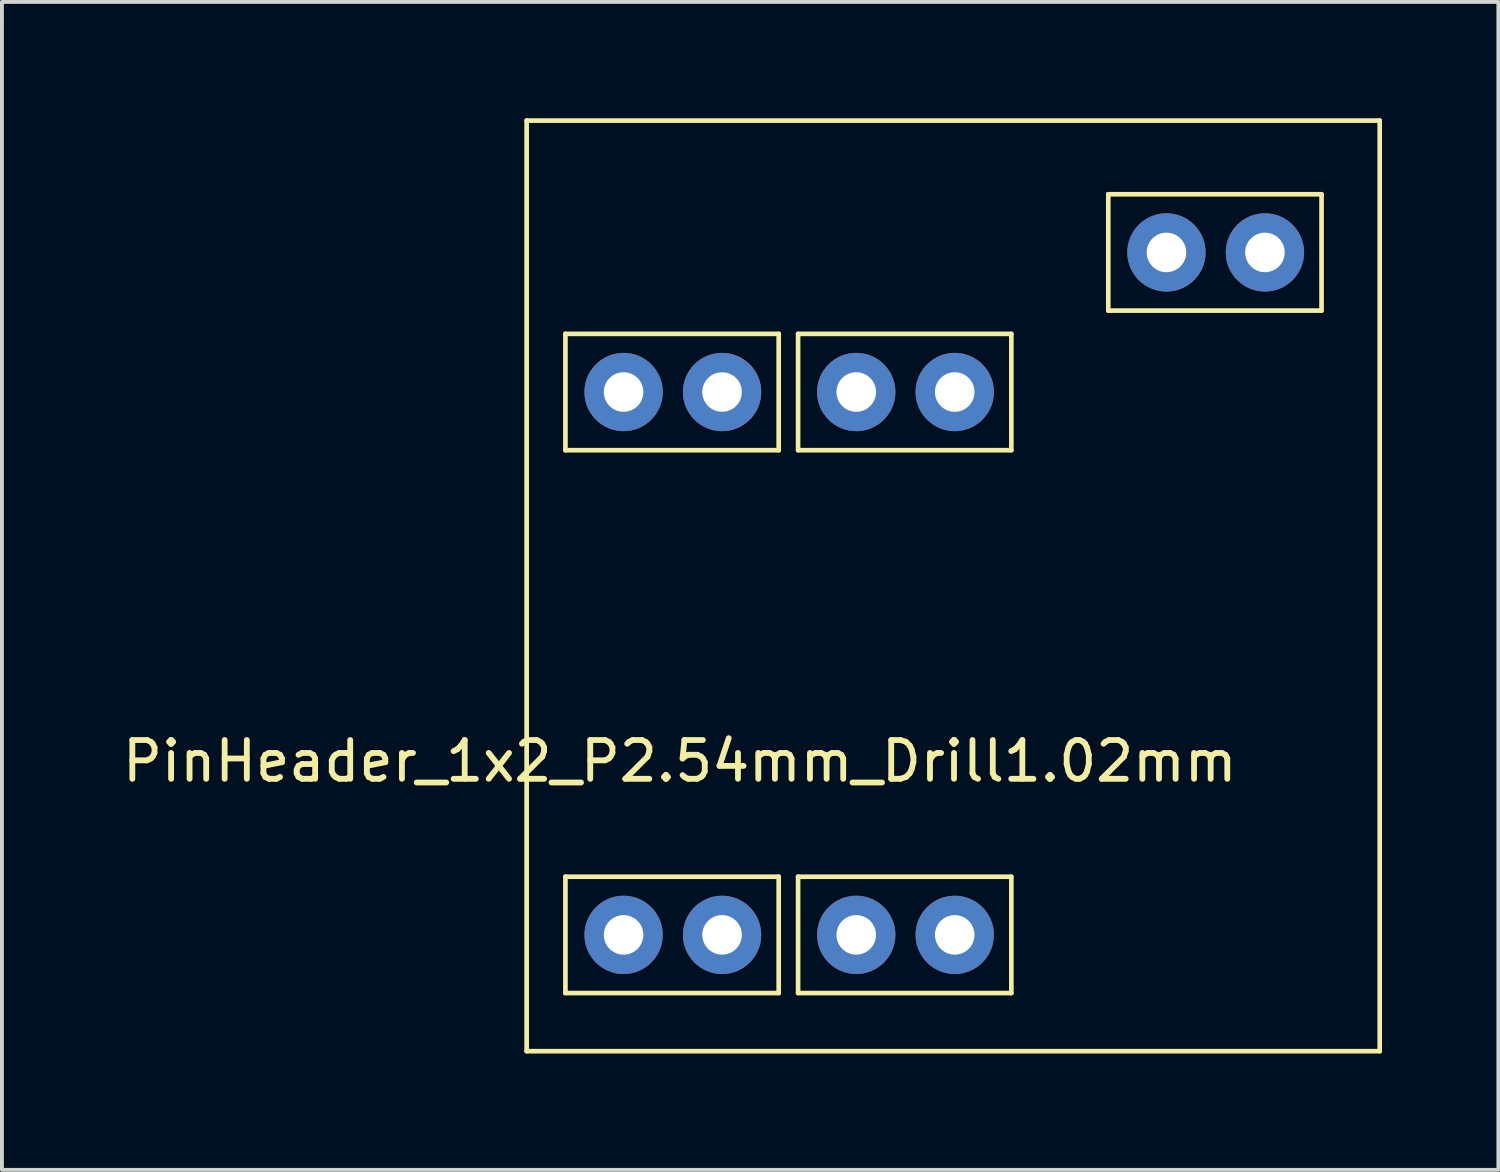
<source format=kicad_pcb>
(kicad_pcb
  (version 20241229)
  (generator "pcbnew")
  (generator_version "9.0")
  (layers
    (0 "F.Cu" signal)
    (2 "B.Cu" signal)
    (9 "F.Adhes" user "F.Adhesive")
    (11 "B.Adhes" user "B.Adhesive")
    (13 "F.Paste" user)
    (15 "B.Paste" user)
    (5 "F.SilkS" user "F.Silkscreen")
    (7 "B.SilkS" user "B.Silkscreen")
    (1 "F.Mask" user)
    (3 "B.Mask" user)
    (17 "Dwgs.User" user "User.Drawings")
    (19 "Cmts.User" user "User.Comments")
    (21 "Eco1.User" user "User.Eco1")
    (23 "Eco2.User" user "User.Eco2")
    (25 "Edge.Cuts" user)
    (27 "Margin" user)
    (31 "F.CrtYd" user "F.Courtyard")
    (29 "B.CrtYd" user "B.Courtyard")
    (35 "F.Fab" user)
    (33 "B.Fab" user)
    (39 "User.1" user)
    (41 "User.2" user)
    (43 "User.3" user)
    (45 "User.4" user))
  (footprint "PinHeader_1x2_P2.54mm_Drill1.02mm"
    (layer "F.Cu")
    (at 21.532 7.06)
    (property "Reference" "PinHeader_1x2_P2.54mm_Drill1.02mm" (at -7.05 9.52 0) (layer "F.SilkS") (effects (font (size 1 1) (thickness 0.15))))
    (attr through_hole)
    (fp_line (start -11 -7) (end -11 17) (stroke (width 0.12) (type solid)) (layer "F.SilkS"))
    (fp_line (start -11 17) (end 11 17) (stroke (width 0.12) (type solid)) (layer "F.SilkS"))
    (fp_line (start -10 -1.5) (end -10 1.5) (stroke (width 0.12) (type solid)) (layer "F.SilkS"))
    (fp_line (start -10 1.5) (end -4.5 1.5) (stroke (width 0.12) (type solid)) (layer "F.SilkS"))
    (fp_line (start -10 12.5) (end -4.5 12.5) (stroke (width 0.12) (type solid)) (layer "F.SilkS"))
    (fp_line (start -10 15.5) (end -10 12.5) (stroke (width 0.12) (type solid)) (layer "F.SilkS"))
    (fp_line (start -4.5 -1.5) (end -10 -1.5) (stroke (width 0.12) (type solid)) (layer "F.SilkS"))
    (fp_line (start -4.5 1.5) (end -4.5 -1.5) (stroke (width 0.12) (type solid)) (layer "F.SilkS"))
    (fp_line (start -4.5 12.5) (end -4.5 15.5) (stroke (width 0.12) (type solid)) (layer "F.SilkS"))
    (fp_line (start -4.5 15.5) (end -10 15.5) (stroke (width 0.12) (type solid)) (layer "F.SilkS"))
    (fp_line (start -4 -1.5) (end -4 1.5) (stroke (width 0.12) (type solid)) (layer "F.SilkS"))
    (fp_line (start -4 1.5) (end 1.5 1.5) (stroke (width 0.12) (type solid)) (layer "F.SilkS"))
    (fp_line (start -4 12.5) (end -4 15.5) (stroke (width 0.12) (type solid)) (layer "F.SilkS"))
    (fp_line (start -4 15.5) (end 1.5 15.5) (stroke (width 0.12) (type solid)) (layer "F.SilkS"))
    (fp_line (start 1.5 -1.5) (end -4 -1.5) (stroke (width 0.12) (type solid)) (layer "F.SilkS"))
    (fp_line (start 1.5 1.5) (end 1.5 -1.5) (stroke (width 0.12) (type solid)) (layer "F.SilkS"))
    (fp_line (start 1.5 12.5) (end -4 12.5) (stroke (width 0.12) (type solid)) (layer "F.SilkS"))
    (fp_line (start 1.5 15.5) (end 1.5 12.5) (stroke (width 0.12) (type solid)) (layer "F.SilkS"))
    (fp_line (start 4 -5.1) (end 4 -2.1) (stroke (width 0.12) (type solid)) (layer "F.SilkS"))
    (fp_line (start 4 -2.1) (end 9.5 -2.1) (stroke (width 0.12) (type solid)) (layer "F.SilkS"))
    (fp_line (start 9.5 -5.1) (end 4 -5.1) (stroke (width 0.12) (type solid)) (layer "F.SilkS"))
    (fp_line (start 9.5 -2.1) (end 9.5 -5.1) (stroke (width 0.12) (type solid)) (layer "F.SilkS"))
    (fp_line (start 11 -7) (end -11 -7) (stroke (width 0.12) (type solid)) (layer "F.SilkS"))
    (fp_line (start 11 17) (end 11 -7) (stroke (width 0.12) (type solid)) (layer "F.SilkS"))
    (pad "1" thru_hole circle (at 8.04 -3.6) (size 2.02 2.02) (drill 1.02) (layers "*.Cu" "*.Mask"))
    (pad "2" thru_hole circle (at 5.5 -3.6) (size 2.02 2.02) (drill 1.02) (layers "*.Cu" "*.Mask"))
    (pad "3" thru_hole circle (at 0.04 0) (size 2.02 2.02) (drill 1.02) (layers "*.Cu" "*.Mask"))
    (pad "4" thru_hole circle (at -2.5 0) (size 2.02 2.02) (drill 1.02) (layers "*.Cu" "*.Mask"))
    (pad "5" thru_hole circle (at -5.96 0) (size 2.02 2.02) (drill 1.02) (layers "*.Cu" "*.Mask"))
    (pad "6" thru_hole circle (at -8.5 0) (size 2.02 2.02) (drill 1.02) (layers "*.Cu" "*.Mask"))
    (pad "7" thru_hole circle (at 0.04 14) (size 2.02 2.02) (drill 1.02) (layers "*.Cu" "*.Mask"))
    (pad "8" thru_hole circle (at -2.5 14) (size 2.02 2.02) (drill 1.02) (layers "*.Cu" "*.Mask"))
    (pad "9" thru_hole circle (at -5.96 14) (size 2.02 2.02) (drill 1.02) (layers "*.Cu" "*.Mask"))
    (pad "10" thru_hole circle (at -8.5 14) (size 2.02 2.02) (drill 1.02) (layers "*.Cu" "*.Mask")))
  (gr_rect
    (start -3 -3)
    (end 35.592 27.12)
    (stroke (width 0.1) (type default))
    (fill no)
    (layer "Edge.Cuts")))
</source>
